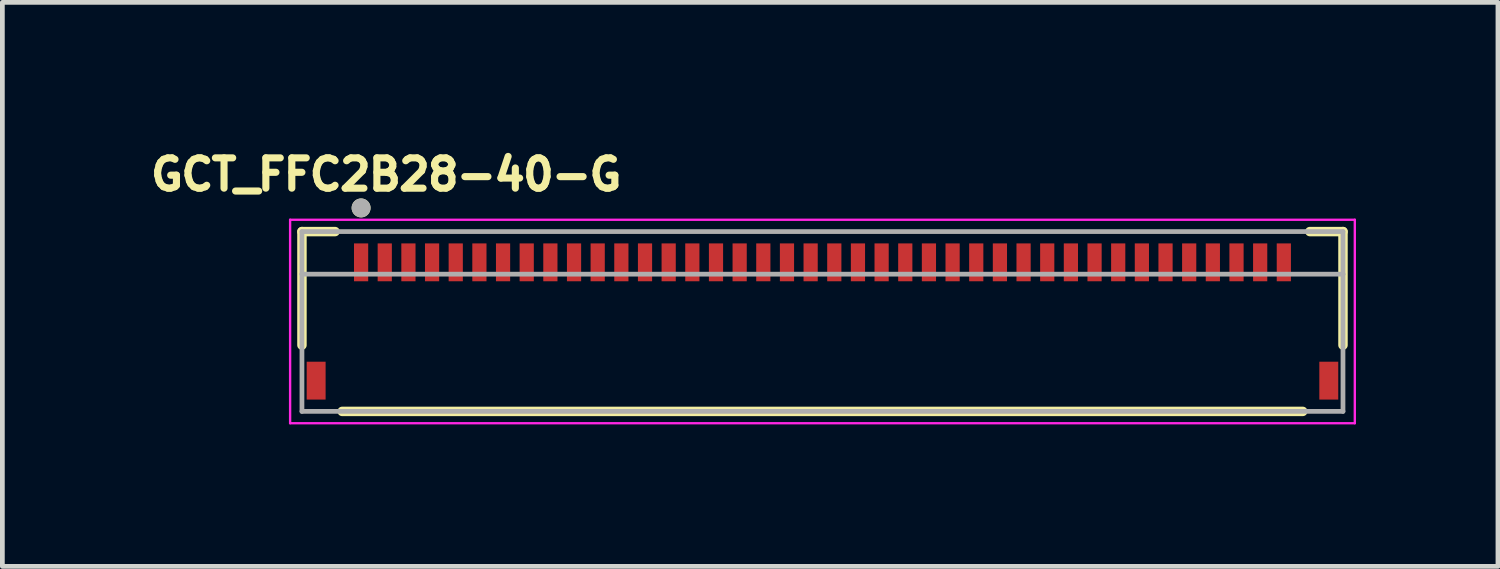
<source format=kicad_pcb>
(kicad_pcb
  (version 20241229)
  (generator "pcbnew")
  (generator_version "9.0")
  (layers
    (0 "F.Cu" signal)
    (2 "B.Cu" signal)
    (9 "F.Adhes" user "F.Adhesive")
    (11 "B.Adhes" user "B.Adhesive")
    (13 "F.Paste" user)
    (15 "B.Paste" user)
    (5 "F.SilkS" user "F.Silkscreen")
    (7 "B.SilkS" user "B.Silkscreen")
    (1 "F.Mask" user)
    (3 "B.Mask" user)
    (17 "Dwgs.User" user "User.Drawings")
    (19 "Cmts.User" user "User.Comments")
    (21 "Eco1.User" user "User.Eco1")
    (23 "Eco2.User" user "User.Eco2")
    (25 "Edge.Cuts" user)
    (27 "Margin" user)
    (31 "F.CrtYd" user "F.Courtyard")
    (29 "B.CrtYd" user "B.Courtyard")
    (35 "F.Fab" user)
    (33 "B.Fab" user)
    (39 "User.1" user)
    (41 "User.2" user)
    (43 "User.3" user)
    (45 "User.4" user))
  (footprint "GCT_FFC2B28-40-G"
    (layer "F.Cu")
    (at 14.331 3.744)
    (property "Reference" "GCT_FFC2B28-40-G" (at -9.218 -3.106 0) (layer "F.SilkS") (effects (font (size 0.64 0.64) (thickness 0.15))))
    (attr smd)
    (fp_line (start -11 -1.9) (end -10.3 -1.9) (stroke (width 0.2) (type solid)) (layer "F.SilkS"))
    (fp_line (start -11 0.5) (end -11 -1.9) (stroke (width 0.2) (type solid)) (layer "F.SilkS"))
    (fp_line (start -10.15 1.9) (end 10.15 1.9) (stroke (width 0.2) (type solid)) (layer "F.SilkS"))
    (fp_line (start 10.3 -1.9) (end 11 -1.9) (stroke (width 0.2) (type solid)) (layer "F.SilkS"))
    (fp_line (start 11 -1.9) (end 11 0.5) (stroke (width 0.2) (type solid)) (layer "F.SilkS"))
    (fp_circle (center -9.75 -2.4) (end -9.65 -2.4) (stroke (width 0.2) (type solid)) (fill no) (layer "F.SilkS"))
    (fp_line (start -11.25 -2.15) (end -11.25 2.15) (stroke (width 0.05) (type solid)) (layer "F.CrtYd"))
    (fp_line (start -11.25 2.15) (end 11.25 2.15) (stroke (width 0.05) (type solid)) (layer "F.CrtYd"))
    (fp_line (start 11.25 -2.15) (end -11.25 -2.15) (stroke (width 0.05) (type solid)) (layer "F.CrtYd"))
    (fp_line (start 11.25 2.15) (end 11.25 -2.15) (stroke (width 0.05) (type solid)) (layer "F.CrtYd"))
    (fp_line (start -11 -1.9) (end 11 -1.9) (stroke (width 0.1) (type solid)) (layer "F.Fab"))
    (fp_line (start -11 -1) (end -11 -1.9) (stroke (width 0.1) (type solid)) (layer "F.Fab"))
    (fp_line (start -11 -1) (end 11 -1) (stroke (width 0.1) (type solid)) (layer "F.Fab"))
    (fp_line (start -11 1.9) (end -11 -1) (stroke (width 0.1) (type solid)) (layer "F.Fab"))
    (fp_line (start 11 -1.9) (end 11 -1) (stroke (width 0.1) (type solid)) (layer "F.Fab"))
    (fp_line (start 11 -1) (end 11 1.9) (stroke (width 0.1) (type solid)) (layer "F.Fab"))
    (fp_line (start 11 1.9) (end -11 1.9) (stroke (width 0.1) (type solid)) (layer "F.Fab"))
    (fp_circle (center -9.75 -2.4) (end -9.65 -2.4) (stroke (width 0.2) (type solid)) (fill no) (layer "F.Fab"))
    (pad "1" smd rect (at -9.75 -1.25) (size 0.3 0.8) (layers "F.Cu" "F.Mask" "F.Paste"))
    (pad "2" smd rect (at -9.25 -1.25) (size 0.3 0.8) (layers "F.Cu" "F.Mask" "F.Paste"))
    (pad "3" smd rect (at -8.75 -1.25) (size 0.3 0.8) (layers "F.Cu" "F.Mask" "F.Paste"))
    (pad "4" smd rect (at -8.25 -1.25) (size 0.3 0.8) (layers "F.Cu" "F.Mask" "F.Paste"))
    (pad "5" smd rect (at -7.75 -1.25) (size 0.3 0.8) (layers "F.Cu" "F.Mask" "F.Paste"))
    (pad "6" smd rect (at -7.25 -1.25) (size 0.3 0.8) (layers "F.Cu" "F.Mask" "F.Paste"))
    (pad "7" smd rect (at -6.75 -1.25) (size 0.3 0.8) (layers "F.Cu" "F.Mask" "F.Paste"))
    (pad "8" smd rect (at -6.25 -1.25) (size 0.3 0.8) (layers "F.Cu" "F.Mask" "F.Paste"))
    (pad "9" smd rect (at -5.75 -1.25) (size 0.3 0.8) (layers "F.Cu" "F.Mask" "F.Paste"))
    (pad "10" smd rect (at -5.25 -1.25) (size 0.3 0.8) (layers "F.Cu" "F.Mask" "F.Paste"))
    (pad "11" smd rect (at -4.75 -1.25) (size 0.3 0.8) (layers "F.Cu" "F.Mask" "F.Paste"))
    (pad "12" smd rect (at -4.25 -1.25) (size 0.3 0.8) (layers "F.Cu" "F.Mask" "F.Paste"))
    (pad "13" smd rect (at -3.75 -1.25) (size 0.3 0.8) (layers "F.Cu" "F.Mask" "F.Paste"))
    (pad "14" smd rect (at -3.25 -1.25) (size 0.3 0.8) (layers "F.Cu" "F.Mask" "F.Paste"))
    (pad "15" smd rect (at -2.75 -1.25) (size 0.3 0.8) (layers "F.Cu" "F.Mask" "F.Paste"))
    (pad "16" smd rect (at -2.25 -1.25) (size 0.3 0.8) (layers "F.Cu" "F.Mask" "F.Paste"))
    (pad "17" smd rect (at -1.75 -1.25) (size 0.3 0.8) (layers "F.Cu" "F.Mask" "F.Paste"))
    (pad "18" smd rect (at -1.25 -1.25) (size 0.3 0.8) (layers "F.Cu" "F.Mask" "F.Paste"))
    (pad "19" smd rect (at -0.75 -1.25) (size 0.3 0.8) (layers "F.Cu" "F.Mask" "F.Paste"))
    (pad "20" smd rect (at -0.25 -1.25) (size 0.3 0.8) (layers "F.Cu" "F.Mask" "F.Paste"))
    (pad "21" smd rect (at 0.25 -1.25) (size 0.3 0.8) (layers "F.Cu" "F.Mask" "F.Paste"))
    (pad "22" smd rect (at 0.75 -1.25) (size 0.3 0.8) (layers "F.Cu" "F.Mask" "F.Paste"))
    (pad "23" smd rect (at 1.25 -1.25) (size 0.3 0.8) (layers "F.Cu" "F.Mask" "F.Paste"))
    (pad "24" smd rect (at 1.75 -1.25) (size 0.3 0.8) (layers "F.Cu" "F.Mask" "F.Paste"))
    (pad "25" smd rect (at 2.25 -1.25) (size 0.3 0.8) (layers "F.Cu" "F.Mask" "F.Paste"))
    (pad "26" smd rect (at 2.75 -1.25) (size 0.3 0.8) (layers "F.Cu" "F.Mask" "F.Paste"))
    (pad "27" smd rect (at 3.25 -1.25) (size 0.3 0.8) (layers "F.Cu" "F.Mask" "F.Paste"))
    (pad "28" smd rect (at 3.75 -1.25) (size 0.3 0.8) (layers "F.Cu" "F.Mask" "F.Paste"))
    (pad "29" smd rect (at 4.25 -1.25) (size 0.3 0.8) (layers "F.Cu" "F.Mask" "F.Paste"))
    (pad "30" smd rect (at 4.75 -1.25) (size 0.3 0.8) (layers "F.Cu" "F.Mask" "F.Paste"))
    (pad "31" smd rect (at 5.25 -1.25) (size 0.3 0.8) (layers "F.Cu" "F.Mask" "F.Paste"))
    (pad "32" smd rect (at 5.75 -1.25) (size 0.3 0.8) (layers "F.Cu" "F.Mask" "F.Paste"))
    (pad "33" smd rect (at 6.25 -1.25) (size 0.3 0.8) (layers "F.Cu" "F.Mask" "F.Paste"))
    (pad "34" smd rect (at 6.75 -1.25) (size 0.3 0.8) (layers "F.Cu" "F.Mask" "F.Paste"))
    (pad "35" smd rect (at 7.25 -1.25) (size 0.3 0.8) (layers "F.Cu" "F.Mask" "F.Paste"))
    (pad "36" smd rect (at 7.75 -1.25) (size 0.3 0.8) (layers "F.Cu" "F.Mask" "F.Paste"))
    (pad "37" smd rect (at 8.25 -1.25) (size 0.3 0.8) (layers "F.Cu" "F.Mask" "F.Paste"))
    (pad "38" smd rect (at 8.75 -1.25) (size 0.3 0.8) (layers "F.Cu" "F.Mask" "F.Paste"))
    (pad "39" smd rect (at 9.25 -1.25) (size 0.3 0.8) (layers "F.Cu" "F.Mask" "F.Paste"))
    (pad "40" smd rect (at 9.75 -1.25) (size 0.3 0.8) (layers "F.Cu" "F.Mask" "F.Paste"))
    (pad "S1" smd rect (at -10.7 1.25) (size 0.4 0.8) (layers "F.Cu" "F.Mask" "F.Paste"))
    (pad "S2" smd rect (at 10.7 1.25) (size 0.4 0.8) (layers "F.Cu" "F.Mask" "F.Paste")))
  (gr_rect
    (start -3 -3)
    (end 28.606 8.919)
    (stroke (width 0.1) (type default))
    (fill no)
    (layer "Edge.Cuts")))
</source>
